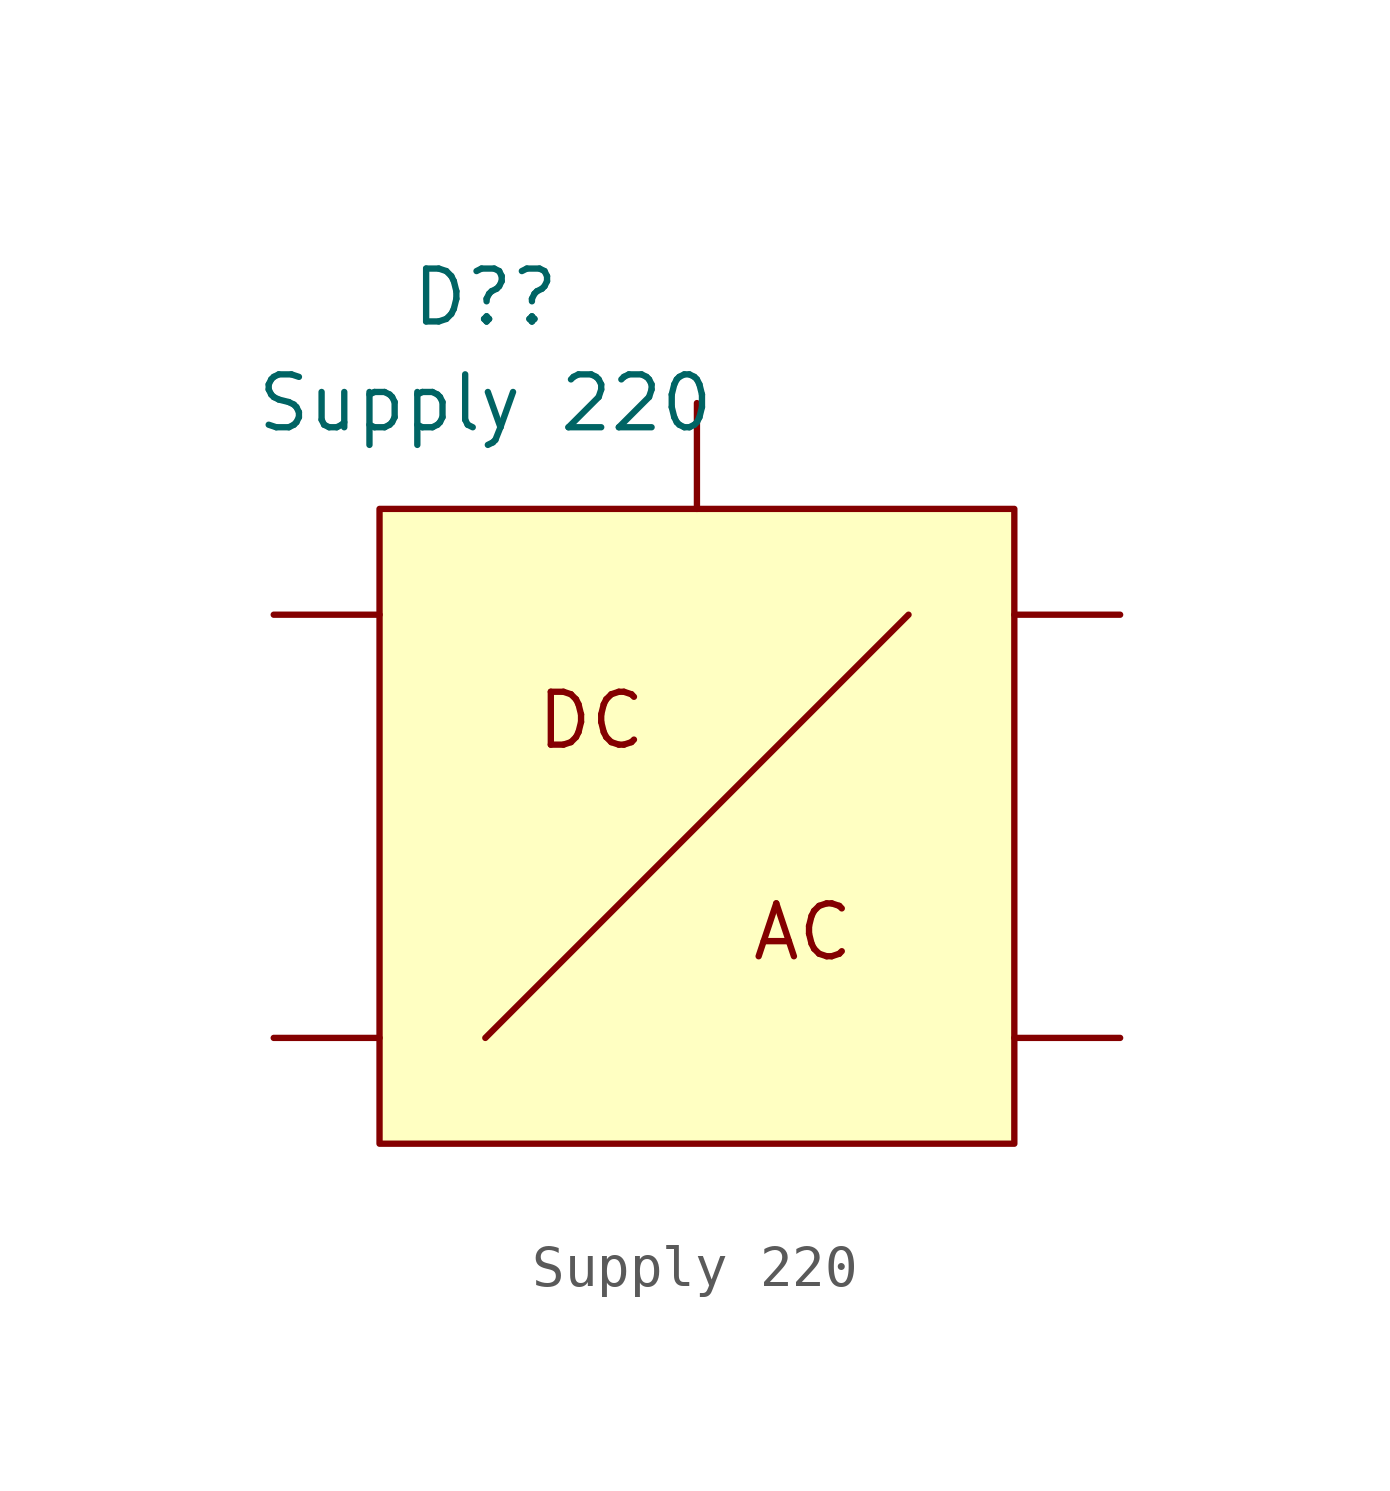
<source format=kicad_sym>
(kicad_symbol_lib
  (version 20211014)
  (generator kicad_symbol_editor)
  (symbol "Supply 220"
    (property "Reference" "D?"
      (at -5.08 12.7 0)
      (effects (font (size 1.27 1.27))))
    (property "Value" "Supply 220"
      (at -5.08 10.16 0)
      (effects (font (size 1.27 1.27))))
    (symbol "Supply 220_0_0"
      (polyline (pts (xy -5.08 -5.08) (xy 5.08 5.08)) (stroke (width 0) (type default) (color 0 0 0 0)) (fill (type none)))
      (text "AC" (at 2.54 -2.54 0) (effects (font (size 1.27 1.27))))
      (text "DC" (at -2.54 2.54 0) (effects (font (size 1.27 1.27)))))
    (symbol "Supply 220_0_1"
      (rectangle (start -7.62 7.62) (end 7.62 -7.62) (stroke (width 0) (type default) (color 0 0 0 0)) (fill (type background))))
    (symbol "Supply 220_1_1"
      (pin input line (at -10.16 -5.08 0) (length 2.54) (name "" (effects (font (size 1.27 1.27)))) (number "" (effects (font (size 1.27 1.27)))))
      (pin input line (at -10.16 5.08 0) (length 2.54) (name "" (effects (font (size 1.27 1.27)))) (number "" (effects (font (size 1.27 1.27)))))
      (pin input line (at 0 10.16 270) (length 2.54) (name "" (effects (font (size 1.27 1.27)))) (number "" (effects (font (size 1.27 1.27)))))
      (pin input line (at 10.16 -5.08 180) (length 2.54) (name "" (effects (font (size 1.27 1.27)))) (number "" (effects (font (size 1.27 1.27)))))
      (pin input line (at 10.16 5.08 180) (length 2.54) (name "" (effects (font (size 1.27 1.27)))) (number "" (effects (font (size 1.27 1.27))))))))
</source>
